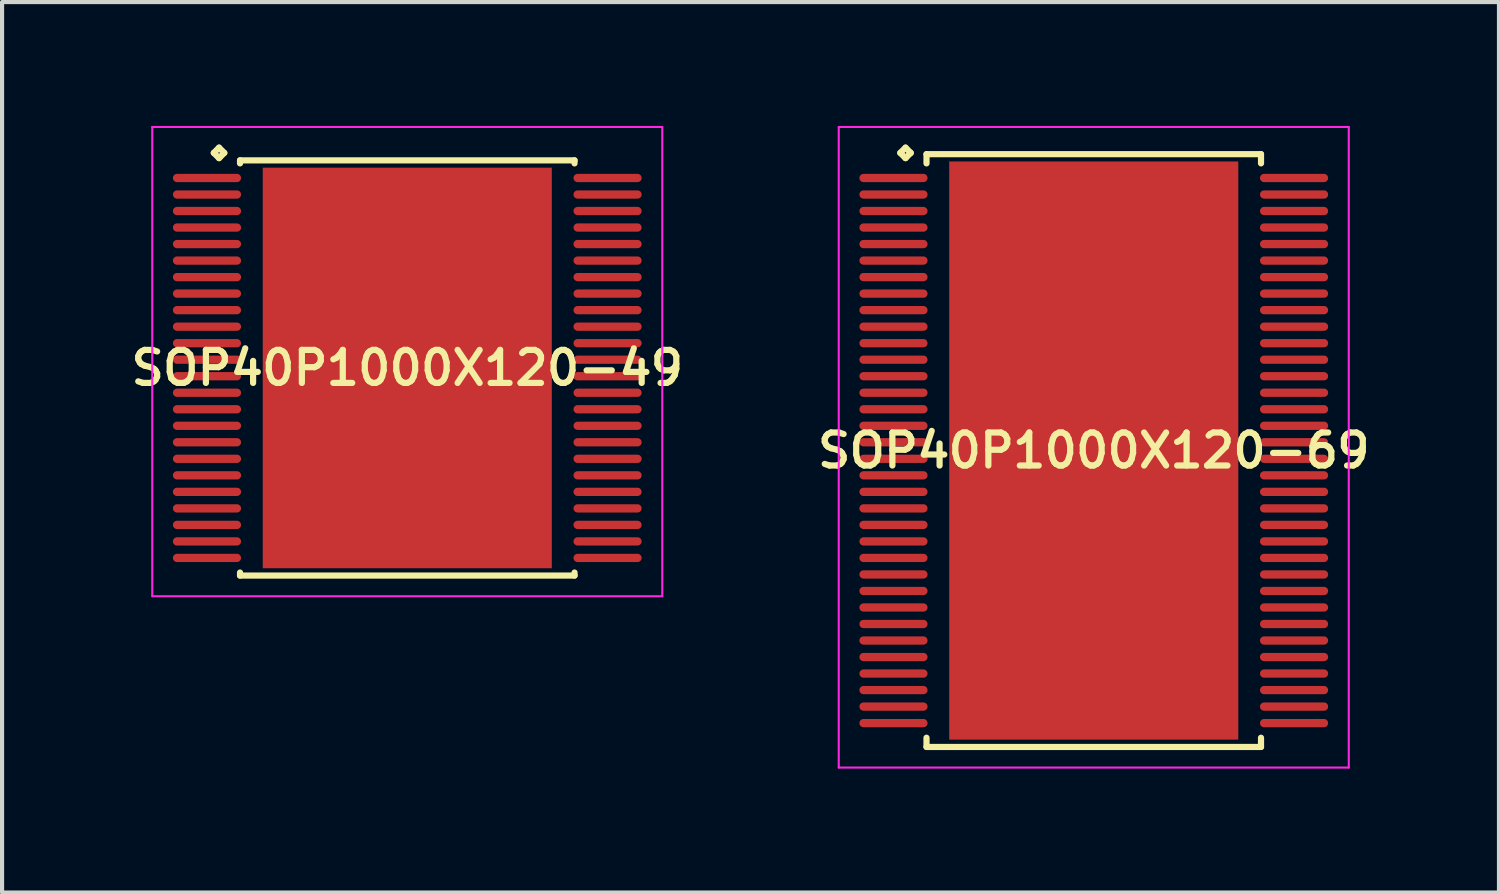
<source format=kicad_pcb>
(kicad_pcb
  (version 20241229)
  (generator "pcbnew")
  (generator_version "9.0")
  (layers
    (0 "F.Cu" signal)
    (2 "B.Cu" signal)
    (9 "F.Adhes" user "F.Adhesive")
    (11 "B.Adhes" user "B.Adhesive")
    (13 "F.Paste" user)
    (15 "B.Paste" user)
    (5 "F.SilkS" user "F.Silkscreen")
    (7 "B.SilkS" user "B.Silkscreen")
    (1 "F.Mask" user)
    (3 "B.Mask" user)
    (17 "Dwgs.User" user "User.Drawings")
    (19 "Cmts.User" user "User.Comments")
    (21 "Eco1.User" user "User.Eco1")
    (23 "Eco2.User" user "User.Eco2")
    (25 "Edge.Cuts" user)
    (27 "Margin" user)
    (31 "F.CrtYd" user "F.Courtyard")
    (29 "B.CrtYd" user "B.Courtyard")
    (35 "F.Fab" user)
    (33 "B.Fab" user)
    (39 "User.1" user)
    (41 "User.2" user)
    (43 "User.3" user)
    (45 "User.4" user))
  (footprint "SOP40P1000X120-49"
    (layer "F.Cu")
    (at 6.812 5.86)
    (property "Reference" "SOP40P1000X120-49" (at 0 0 0) (layer "F.SilkS") (effects (font (size 0.8 0.8) (thickness 0.15))))
    (attr smd)
    (fp_line (start -4.685 -5.208) (end -4.558 -5.335) (stroke (width 0.15) (type solid)) (layer "F.SilkS"))
    (fp_line (start -4.558 -5.335) (end -4.431 -5.208) (stroke (width 0.15) (type solid)) (layer "F.SilkS"))
    (fp_line (start -4.558 -5.081) (end -4.685 -5.208) (stroke (width 0.15) (type solid)) (layer "F.SilkS"))
    (fp_line (start -4.431 -5.208) (end -4.558 -5.081) (stroke (width 0.15) (type solid)) (layer "F.SilkS"))
    (fp_line (start -4.05 -5.027) (end 4.05 -5.027) (stroke (width 0.15) (type solid)) (layer "F.SilkS"))
    (fp_line (start -4.05 -4.954) (end -4.05 -5.027) (stroke (width 0.15) (type solid)) (layer "F.SilkS"))
    (fp_line (start -4.05 4.954) (end -4.05 5.027) (stroke (width 0.15) (type solid)) (layer "F.SilkS"))
    (fp_line (start -4.05 5.027) (end 4.05 5.027) (stroke (width 0.15) (type solid)) (layer "F.SilkS"))
    (fp_line (start 4.05 -5.027) (end 4.05 -4.954) (stroke (width 0.15) (type solid)) (layer "F.SilkS"))
    (fp_line (start 4.05 5.027) (end 4.05 4.954) (stroke (width 0.15) (type solid)) (layer "F.SilkS"))
    (fp_line (start -6.175 -5.835) (end 6.175 -5.835) (stroke (width 0.05) (type solid)) (layer "F.CrtYd"))
    (fp_line (start -6.175 5.527) (end -6.175 -5.835) (stroke (width 0.05) (type solid)) (layer "F.CrtYd"))
    (fp_line (start 6.175 -5.835) (end 6.175 5.527) (stroke (width 0.05) (type solid)) (layer "F.CrtYd"))
    (fp_line (start 6.175 5.527) (end -6.175 5.527) (stroke (width 0.05) (type solid)) (layer "F.CrtYd"))
    (pad "1" smd oval (at -4.85 -4.6) (size 1.65 0.2) (layers "F.Cu" "F.Mask" "F.Paste"))
    (pad "2" smd oval (at -4.85 -4.2) (size 1.65 0.2) (layers "F.Cu" "F.Mask" "F.Paste"))
    (pad "3" smd oval (at -4.85 -3.8) (size 1.65 0.2) (layers "F.Cu" "F.Mask" "F.Paste"))
    (pad "4" smd oval (at -4.85 -3.4) (size 1.65 0.2) (layers "F.Cu" "F.Mask" "F.Paste"))
    (pad "5" smd oval (at -4.85 -3) (size 1.65 0.2) (layers "F.Cu" "F.Mask" "F.Paste"))
    (pad "6" smd oval (at -4.85 -2.6) (size 1.65 0.2) (layers "F.Cu" "F.Mask" "F.Paste"))
    (pad "7" smd oval (at -4.85 -2.2) (size 1.65 0.2) (layers "F.Cu" "F.Mask" "F.Paste"))
    (pad "8" smd oval (at -4.85 -1.8) (size 1.65 0.2) (layers "F.Cu" "F.Mask" "F.Paste"))
    (pad "9" smd oval (at -4.85 -1.4) (size 1.65 0.2) (layers "F.Cu" "F.Mask" "F.Paste"))
    (pad "10" smd oval (at -4.85 -1) (size 1.65 0.2) (layers "F.Cu" "F.Mask" "F.Paste"))
    (pad "11" smd oval (at -4.85 -0.6) (size 1.65 0.2) (layers "F.Cu" "F.Mask" "F.Paste"))
    (pad "12" smd oval (at -4.85 -0.2) (size 1.65 0.2) (layers "F.Cu" "F.Mask" "F.Paste"))
    (pad "13" smd oval (at -4.85 0.2) (size 1.65 0.2) (layers "F.Cu" "F.Mask" "F.Paste"))
    (pad "14" smd oval (at -4.85 0.6) (size 1.65 0.2) (layers "F.Cu" "F.Mask" "F.Paste"))
    (pad "15" smd oval (at -4.85 1) (size 1.65 0.2) (layers "F.Cu" "F.Mask" "F.Paste"))
    (pad "16" smd oval (at -4.85 1.4) (size 1.65 0.2) (layers "F.Cu" "F.Mask" "F.Paste"))
    (pad "17" smd oval (at -4.85 1.8) (size 1.65 0.2) (layers "F.Cu" "F.Mask" "F.Paste"))
    (pad "18" smd oval (at -4.85 2.2) (size 1.65 0.2) (layers "F.Cu" "F.Mask" "F.Paste"))
    (pad "19" smd oval (at -4.85 2.6) (size 1.65 0.2) (layers "F.Cu" "F.Mask" "F.Paste"))
    (pad "20" smd oval (at -4.85 3) (size 1.65 0.2) (layers "F.Cu" "F.Mask" "F.Paste"))
    (pad "21" smd oval (at -4.85 3.4) (size 1.65 0.2) (layers "F.Cu" "F.Mask" "F.Paste"))
    (pad "22" smd oval (at -4.85 3.8) (size 1.65 0.2) (layers "F.Cu" "F.Mask" "F.Paste"))
    (pad "23" smd oval (at -4.85 4.2) (size 1.65 0.2) (layers "F.Cu" "F.Mask" "F.Paste"))
    (pad "24" smd oval (at -4.85 4.6) (size 1.65 0.2) (layers "F.Cu" "F.Mask" "F.Paste"))
    (pad "25" smd oval (at 4.85 4.6) (size 1.65 0.2) (layers "F.Cu" "F.Mask" "F.Paste"))
    (pad "26" smd oval (at 4.85 4.2) (size 1.65 0.2) (layers "F.Cu" "F.Mask" "F.Paste"))
    (pad "27" smd oval (at 4.85 3.8) (size 1.65 0.2) (layers "F.Cu" "F.Mask" "F.Paste"))
    (pad "28" smd oval (at 4.85 3.4) (size 1.65 0.2) (layers "F.Cu" "F.Mask" "F.Paste"))
    (pad "29" smd oval (at 4.85 3) (size 1.65 0.2) (layers "F.Cu" "F.Mask" "F.Paste"))
    (pad "30" smd oval (at 4.85 2.6) (size 1.65 0.2) (layers "F.Cu" "F.Mask" "F.Paste"))
    (pad "31" smd oval (at 4.85 2.2) (size 1.65 0.2) (layers "F.Cu" "F.Mask" "F.Paste"))
    (pad "32" smd oval (at 4.85 1.8) (size 1.65 0.2) (layers "F.Cu" "F.Mask" "F.Paste"))
    (pad "33" smd oval (at 4.85 1.4) (size 1.65 0.2) (layers "F.Cu" "F.Mask" "F.Paste"))
    (pad "34" smd oval (at 4.85 1) (size 1.65 0.2) (layers "F.Cu" "F.Mask" "F.Paste"))
    (pad "35" smd oval (at 4.85 0.6) (size 1.65 0.2) (layers "F.Cu" "F.Mask" "F.Paste"))
    (pad "36" smd oval (at 4.85 0.2) (size 1.65 0.2) (layers "F.Cu" "F.Mask" "F.Paste"))
    (pad "37" smd oval (at 4.85 -0.2) (size 1.65 0.2) (layers "F.Cu" "F.Mask" "F.Paste"))
    (pad "38" smd oval (at 4.85 -0.6) (size 1.65 0.2) (layers "F.Cu" "F.Mask" "F.Paste"))
    (pad "39" smd oval (at 4.85 -1) (size 1.65 0.2) (layers "F.Cu" "F.Mask" "F.Paste"))
    (pad "40" smd oval (at 4.85 -1.4) (size 1.65 0.2) (layers "F.Cu" "F.Mask" "F.Paste"))
    (pad "41" smd oval (at 4.85 -1.8) (size 1.65 0.2) (layers "F.Cu" "F.Mask" "F.Paste"))
    (pad "42" smd oval (at 4.85 -2.2) (size 1.65 0.2) (layers "F.Cu" "F.Mask" "F.Paste"))
    (pad "43" smd oval (at 4.85 -2.6) (size 1.65 0.2) (layers "F.Cu" "F.Mask" "F.Paste"))
    (pad "44" smd oval (at 4.85 -3) (size 1.65 0.2) (layers "F.Cu" "F.Mask" "F.Paste"))
    (pad "45" smd oval (at 4.85 -3.4) (size 1.65 0.2) (layers "F.Cu" "F.Mask" "F.Paste"))
    (pad "46" smd oval (at 4.85 -3.8) (size 1.65 0.2) (layers "F.Cu" "F.Mask" "F.Paste"))
    (pad "47" smd oval (at 4.85 -4.2) (size 1.65 0.2) (layers "F.Cu" "F.Mask" "F.Paste"))
    (pad "48" smd oval (at 4.85 -4.6) (size 1.65 0.2) (layers "F.Cu" "F.Mask" "F.Paste"))
    (pad "49" smd rect (at 0 0) (size 7 9.7) (layers "F.Cu" "F.Mask" "F.Paste")))
  (footprint "SOP40P1000X120-69"
    (layer "F.Cu")
    (at 23.435 7.86)
    (property "Reference" "SOP40P1000X120-69" (at 0 0 0) (layer "F.SilkS") (effects (font (size 0.8 0.8) (thickness 0.15))))
    (attr smd)
    (fp_line (start -4.685 -7.208) (end -4.558 -7.335) (stroke (width 0.15) (type solid)) (layer "F.SilkS"))
    (fp_line (start -4.558 -7.335) (end -4.431 -7.208) (stroke (width 0.15) (type solid)) (layer "F.SilkS"))
    (fp_line (start -4.558 -7.081) (end -4.685 -7.208) (stroke (width 0.15) (type solid)) (layer "F.SilkS"))
    (fp_line (start -4.431 -7.208) (end -4.558 -7.081) (stroke (width 0.15) (type solid)) (layer "F.SilkS"))
    (fp_line (start -4.05 -7.177) (end 4.05 -7.177) (stroke (width 0.15) (type solid)) (layer "F.SilkS"))
    (fp_line (start -4.05 -6.954) (end -4.05 -7.177) (stroke (width 0.15) (type solid)) (layer "F.SilkS"))
    (fp_line (start -4.05 6.954) (end -4.05 7.177) (stroke (width 0.15) (type solid)) (layer "F.SilkS"))
    (fp_line (start -4.05 7.177) (end 4.05 7.177) (stroke (width 0.15) (type solid)) (layer "F.SilkS"))
    (fp_line (start 4.05 -7.177) (end 4.05 -6.954) (stroke (width 0.15) (type solid)) (layer "F.SilkS"))
    (fp_line (start 4.05 7.177) (end 4.05 6.954) (stroke (width 0.15) (type solid)) (layer "F.SilkS"))
    (fp_line (start -6.175 -7.835) (end 6.175 -7.835) (stroke (width 0.05) (type solid)) (layer "F.CrtYd"))
    (fp_line (start -6.175 7.677) (end -6.175 -7.835) (stroke (width 0.05) (type solid)) (layer "F.CrtYd"))
    (fp_line (start 6.175 -7.835) (end 6.175 7.677) (stroke (width 0.05) (type solid)) (layer "F.CrtYd"))
    (fp_line (start 6.175 7.677) (end -6.175 7.677) (stroke (width 0.05) (type solid)) (layer "F.CrtYd"))
    (pad "1" smd oval (at -4.85 -6.6) (size 1.65 0.2) (layers "F.Cu" "F.Mask" "F.Paste"))
    (pad "2" smd oval (at -4.85 -6.2) (size 1.65 0.2) (layers "F.Cu" "F.Mask" "F.Paste"))
    (pad "3" smd oval (at -4.85 -5.8) (size 1.65 0.2) (layers "F.Cu" "F.Mask" "F.Paste"))
    (pad "4" smd oval (at -4.85 -5.4) (size 1.65 0.2) (layers "F.Cu" "F.Mask" "F.Paste"))
    (pad "5" smd oval (at -4.85 -5) (size 1.65 0.2) (layers "F.Cu" "F.Mask" "F.Paste"))
    (pad "6" smd oval (at -4.85 -4.6) (size 1.65 0.2) (layers "F.Cu" "F.Mask" "F.Paste"))
    (pad "7" smd oval (at -4.85 -4.2) (size 1.65 0.2) (layers "F.Cu" "F.Mask" "F.Paste"))
    (pad "8" smd oval (at -4.85 -3.8) (size 1.65 0.2) (layers "F.Cu" "F.Mask" "F.Paste"))
    (pad "9" smd oval (at -4.85 -3.4) (size 1.65 0.2) (layers "F.Cu" "F.Mask" "F.Paste"))
    (pad "10" smd oval (at -4.85 -3) (size 1.65 0.2) (layers "F.Cu" "F.Mask" "F.Paste"))
    (pad "11" smd oval (at -4.85 -2.6) (size 1.65 0.2) (layers "F.Cu" "F.Mask" "F.Paste"))
    (pad "12" smd oval (at -4.85 -2.2) (size 1.65 0.2) (layers "F.Cu" "F.Mask" "F.Paste"))
    (pad "13" smd oval (at -4.85 -1.8) (size 1.65 0.2) (layers "F.Cu" "F.Mask" "F.Paste"))
    (pad "14" smd oval (at -4.85 -1.4) (size 1.65 0.2) (layers "F.Cu" "F.Mask" "F.Paste"))
    (pad "15" smd oval (at -4.85 -1) (size 1.65 0.2) (layers "F.Cu" "F.Mask" "F.Paste"))
    (pad "16" smd oval (at -4.85 -0.6) (size 1.65 0.2) (layers "F.Cu" "F.Mask" "F.Paste"))
    (pad "17" smd oval (at -4.85 -0.2) (size 1.65 0.2) (layers "F.Cu" "F.Mask" "F.Paste"))
    (pad "18" smd oval (at -4.85 0.2) (size 1.65 0.2) (layers "F.Cu" "F.Mask" "F.Paste"))
    (pad "19" smd oval (at -4.85 0.6) (size 1.65 0.2) (layers "F.Cu" "F.Mask" "F.Paste"))
    (pad "20" smd oval (at -4.85 1) (size 1.65 0.2) (layers "F.Cu" "F.Mask" "F.Paste"))
    (pad "21" smd oval (at -4.85 1.4) (size 1.65 0.2) (layers "F.Cu" "F.Mask" "F.Paste"))
    (pad "22" smd oval (at -4.85 1.8) (size 1.65 0.2) (layers "F.Cu" "F.Mask" "F.Paste"))
    (pad "23" smd oval (at -4.85 2.2) (size 1.65 0.2) (layers "F.Cu" "F.Mask" "F.Paste"))
    (pad "24" smd oval (at -4.85 2.6) (size 1.65 0.2) (layers "F.Cu" "F.Mask" "F.Paste"))
    (pad "25" smd oval (at -4.85 3) (size 1.65 0.2) (layers "F.Cu" "F.Mask" "F.Paste"))
    (pad "26" smd oval (at -4.85 3.4) (size 1.65 0.2) (layers "F.Cu" "F.Mask" "F.Paste"))
    (pad "27" smd oval (at -4.85 3.8) (size 1.65 0.2) (layers "F.Cu" "F.Mask" "F.Paste"))
    (pad "28" smd oval (at -4.85 4.2) (size 1.65 0.2) (layers "F.Cu" "F.Mask" "F.Paste"))
    (pad "29" smd oval (at -4.85 4.6) (size 1.65 0.2) (layers "F.Cu" "F.Mask" "F.Paste"))
    (pad "30" smd oval (at -4.85 5) (size 1.65 0.2) (layers "F.Cu" "F.Mask" "F.Paste"))
    (pad "31" smd oval (at -4.85 5.4) (size 1.65 0.2) (layers "F.Cu" "F.Mask" "F.Paste"))
    (pad "32" smd oval (at -4.85 5.8) (size 1.65 0.2) (layers "F.Cu" "F.Mask" "F.Paste"))
    (pad "33" smd oval (at -4.85 6.2) (size 1.65 0.2) (layers "F.Cu" "F.Mask" "F.Paste"))
    (pad "34" smd oval (at -4.85 6.6) (size 1.65 0.2) (layers "F.Cu" "F.Mask" "F.Paste"))
    (pad "35" smd oval (at 4.85 6.6) (size 1.65 0.2) (layers "F.Cu" "F.Mask" "F.Paste"))
    (pad "36" smd oval (at 4.85 6.2) (size 1.65 0.2) (layers "F.Cu" "F.Mask" "F.Paste"))
    (pad "37" smd oval (at 4.85 5.8) (size 1.65 0.2) (layers "F.Cu" "F.Mask" "F.Paste"))
    (pad "38" smd oval (at 4.85 5.4) (size 1.65 0.2) (layers "F.Cu" "F.Mask" "F.Paste"))
    (pad "39" smd oval (at 4.85 5) (size 1.65 0.2) (layers "F.Cu" "F.Mask" "F.Paste"))
    (pad "40" smd oval (at 4.85 4.6) (size 1.65 0.2) (layers "F.Cu" "F.Mask" "F.Paste"))
    (pad "41" smd oval (at 4.85 4.2) (size 1.65 0.2) (layers "F.Cu" "F.Mask" "F.Paste"))
    (pad "42" smd oval (at 4.85 3.8) (size 1.65 0.2) (layers "F.Cu" "F.Mask" "F.Paste"))
    (pad "43" smd oval (at 4.85 3.4) (size 1.65 0.2) (layers "F.Cu" "F.Mask" "F.Paste"))
    (pad "44" smd oval (at 4.85 3) (size 1.65 0.2) (layers "F.Cu" "F.Mask" "F.Paste"))
    (pad "45" smd oval (at 4.85 2.6) (size 1.65 0.2) (layers "F.Cu" "F.Mask" "F.Paste"))
    (pad "46" smd oval (at 4.85 2.2) (size 1.65 0.2) (layers "F.Cu" "F.Mask" "F.Paste"))
    (pad "47" smd oval (at 4.85 1.8) (size 1.65 0.2) (layers "F.Cu" "F.Mask" "F.Paste"))
    (pad "48" smd oval (at 4.85 1.4) (size 1.65 0.2) (layers "F.Cu" "F.Mask" "F.Paste"))
    (pad "49" smd oval (at 4.85 1) (size 1.65 0.2) (layers "F.Cu" "F.Mask" "F.Paste"))
    (pad "50" smd oval (at 4.85 0.6) (size 1.65 0.2) (layers "F.Cu" "F.Mask" "F.Paste"))
    (pad "51" smd oval (at 4.85 0.2) (size 1.65 0.2) (layers "F.Cu" "F.Mask" "F.Paste"))
    (pad "52" smd oval (at 4.85 -0.2) (size 1.65 0.2) (layers "F.Cu" "F.Mask" "F.Paste"))
    (pad "53" smd oval (at 4.85 -0.6) (size 1.65 0.2) (layers "F.Cu" "F.Mask" "F.Paste"))
    (pad "54" smd oval (at 4.85 -1) (size 1.65 0.2) (layers "F.Cu" "F.Mask" "F.Paste"))
    (pad "55" smd oval (at 4.85 -1.4) (size 1.65 0.2) (layers "F.Cu" "F.Mask" "F.Paste"))
    (pad "56" smd oval (at 4.85 -1.8) (size 1.65 0.2) (layers "F.Cu" "F.Mask" "F.Paste"))
    (pad "57" smd oval (at 4.85 -2.2) (size 1.65 0.2) (layers "F.Cu" "F.Mask" "F.Paste"))
    (pad "58" smd oval (at 4.85 -2.6) (size 1.65 0.2) (layers "F.Cu" "F.Mask" "F.Paste"))
    (pad "59" smd oval (at 4.85 -3) (size 1.65 0.2) (layers "F.Cu" "F.Mask" "F.Paste"))
    (pad "60" smd oval (at 4.85 -3.4) (size 1.65 0.2) (layers "F.Cu" "F.Mask" "F.Paste"))
    (pad "61" smd oval (at 4.85 -3.8) (size 1.65 0.2) (layers "F.Cu" "F.Mask" "F.Paste"))
    (pad "62" smd oval (at 4.85 -4.2) (size 1.65 0.2) (layers "F.Cu" "F.Mask" "F.Paste"))
    (pad "63" smd oval (at 4.85 -4.6) (size 1.65 0.2) (layers "F.Cu" "F.Mask" "F.Paste"))
    (pad "64" smd oval (at 4.85 -5) (size 1.65 0.2) (layers "F.Cu" "F.Mask" "F.Paste"))
    (pad "65" smd oval (at 4.85 -5.4) (size 1.65 0.2) (layers "F.Cu" "F.Mask" "F.Paste"))
    (pad "66" smd oval (at 4.85 -5.8) (size 1.65 0.2) (layers "F.Cu" "F.Mask" "F.Paste"))
    (pad "67" smd oval (at 4.85 -6.2) (size 1.65 0.2) (layers "F.Cu" "F.Mask" "F.Paste"))
    (pad "68" smd oval (at 4.85 -6.6) (size 1.65 0.2) (layers "F.Cu" "F.Mask" "F.Paste"))
    (pad "69" smd rect (at 0 0) (size 7 14) (layers "F.Cu" "F.Mask" "F.Paste")))
  (gr_rect
    (start -3 -3)
    (end 33.247 18.562)
    (stroke (width 0.1) (type default))
    (fill no)
    (layer "Edge.Cuts")))
</source>
